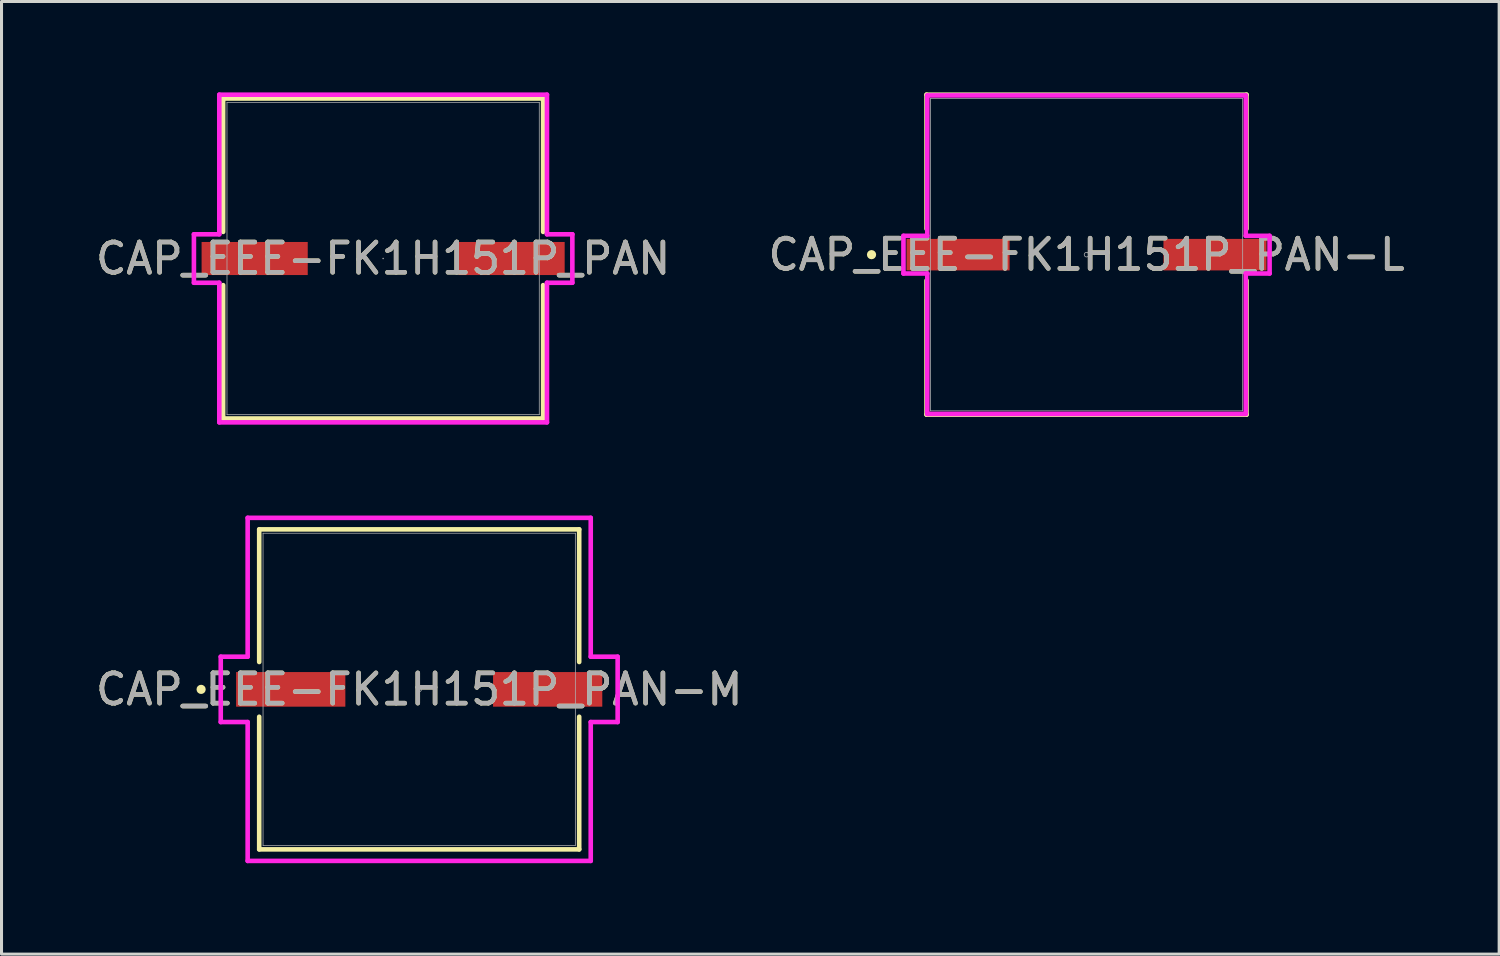
<source format=kicad_pcb>
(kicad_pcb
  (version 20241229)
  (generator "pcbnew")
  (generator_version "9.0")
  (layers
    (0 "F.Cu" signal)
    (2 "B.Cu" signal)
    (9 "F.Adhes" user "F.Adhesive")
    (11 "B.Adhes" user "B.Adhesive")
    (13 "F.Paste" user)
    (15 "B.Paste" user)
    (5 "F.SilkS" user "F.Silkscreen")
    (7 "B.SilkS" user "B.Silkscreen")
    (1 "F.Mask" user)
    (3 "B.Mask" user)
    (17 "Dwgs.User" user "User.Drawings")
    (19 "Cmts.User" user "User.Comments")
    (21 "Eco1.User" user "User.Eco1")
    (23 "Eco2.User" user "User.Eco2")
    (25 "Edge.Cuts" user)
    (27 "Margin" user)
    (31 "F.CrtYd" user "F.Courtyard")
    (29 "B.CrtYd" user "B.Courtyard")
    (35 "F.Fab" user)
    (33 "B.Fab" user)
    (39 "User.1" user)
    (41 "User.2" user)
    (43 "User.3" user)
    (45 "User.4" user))
  (footprint "CAP_EEE-FK1H151P_PAN"
    (layer "F.Cu")
    (at 9.601 5.486)
    (property "Reference" "CAP_EEE-FK1H151P_PAN" (at 0 0 0) (unlocked yes) (layer "F.SilkS") (effects (font (size 1 1) (thickness 0.15))))
    (attr smd)
    (fp_line (start -5.283 -5.283) (end -5.283 -0.879) (stroke (width 0.152) (type solid)) (layer "F.SilkS"))
    (fp_line (start -5.283 0.879) (end -5.283 5.283) (stroke (width 0.152) (type solid)) (layer "F.SilkS"))
    (fp_line (start -5.283 5.283) (end 5.283 5.283) (stroke (width 0.152) (type solid)) (layer "F.SilkS"))
    (fp_line (start 5.283 -5.283) (end -5.283 -5.283) (stroke (width 0.152) (type solid)) (layer "F.SilkS"))
    (fp_line (start 5.283 -0.879) (end 5.283 -5.283) (stroke (width 0.152) (type solid)) (layer "F.SilkS"))
    (fp_line (start 5.283 5.283) (end 5.283 0.879) (stroke (width 0.152) (type solid)) (layer "F.SilkS"))
    (fp_line (start -6.248 -0.8) (end -5.41 -0.8) (stroke (width 0.152) (type solid)) (layer "F.CrtYd"))
    (fp_line (start -6.248 0.8) (end -6.248 -0.8) (stroke (width 0.152) (type solid)) (layer "F.CrtYd"))
    (fp_line (start -6.248 0.8) (end -5.41 0.8) (stroke (width 0.152) (type solid)) (layer "F.CrtYd"))
    (fp_line (start -5.41 -5.41) (end 5.41 -5.41) (stroke (width 0.152) (type solid)) (layer "F.CrtYd"))
    (fp_line (start -5.41 -0.8) (end -5.41 -5.41) (stroke (width 0.152) (type solid)) (layer "F.CrtYd"))
    (fp_line (start -5.41 5.41) (end -5.41 0.8) (stroke (width 0.152) (type solid)) (layer "F.CrtYd"))
    (fp_line (start 5.41 -5.41) (end 5.41 -0.8) (stroke (width 0.152) (type solid)) (layer "F.CrtYd"))
    (fp_line (start 5.41 0.8) (end 5.41 5.41) (stroke (width 0.152) (type solid)) (layer "F.CrtYd"))
    (fp_line (start 5.41 5.41) (end -5.41 5.41) (stroke (width 0.152) (type solid)) (layer "F.CrtYd"))
    (fp_line (start 6.248 -0.8) (end 5.41 -0.8) (stroke (width 0.152) (type solid)) (layer "F.CrtYd"))
    (fp_line (start 6.248 -0.8) (end 6.248 0.8) (stroke (width 0.152) (type solid)) (layer "F.CrtYd"))
    (fp_line (start 6.248 0.8) (end 5.41 0.8) (stroke (width 0.152) (type solid)) (layer "F.CrtYd"))
    (fp_line (start -5.156 -5.156) (end -5.156 5.156) (stroke (width 0.025) (type solid)) (layer "F.Fab"))
    (fp_line (start -5.156 5.156) (end 5.156 5.156) (stroke (width 0.025) (type solid)) (layer "F.Fab"))
    (fp_line (start 5.156 -5.156) (end -5.156 -5.156) (stroke (width 0.025) (type solid)) (layer "F.Fab"))
    (fp_line (start 5.156 5.156) (end 5.156 -5.156) (stroke (width 0.025) (type solid)) (layer "F.Fab"))
    (fp_circle (center 0 0) (end 0 0) (stroke (width 0.025) (type solid)) (fill no) (layer "F.Fab"))
    (fp_text user "${REFERENCE}" (at 0 0 0) (unlocked yes) (layer "F.Fab") (effects (font (size 1 1) (thickness 0.15))))
    (pad "1" smd rect (at -4.242 0) (size 3.505 1.092) (layers "F.Cu" "F.Mask" "F.Paste"))
    (pad "2" smd rect (at 4.242 0) (size 3.505 1.092) (layers "F.Cu" "F.Mask" "F.Paste")))
  (footprint "CAP_EEE-FK1H151P_PAN-L"
    (layer "F.Cu")
    (at 32.827 5.359)
    (property "Reference" "CAP_EEE-FK1H151P_PAN-L" (at 0 0 0) (unlocked yes) (layer "F.SilkS") (effects (font (size 1 1) (thickness 0.15))))
    (attr smd)
    (fp_line (start -5.283 -5.283) (end -5.283 -0.853) (stroke (width 0.152) (type solid)) (layer "F.SilkS"))
    (fp_line (start -5.283 0.853) (end -5.283 5.283) (stroke (width 0.152) (type solid)) (layer "F.SilkS"))
    (fp_line (start -5.283 5.283) (end 5.283 5.283) (stroke (width 0.152) (type solid)) (layer "F.SilkS"))
    (fp_line (start 5.283 -5.283) (end -5.283 -5.283) (stroke (width 0.152) (type solid)) (layer "F.SilkS"))
    (fp_line (start 5.283 -0.853) (end 5.283 -5.283) (stroke (width 0.152) (type solid)) (layer "F.SilkS"))
    (fp_line (start 5.283 5.283) (end 5.283 0.853) (stroke (width 0.152) (type solid)) (layer "F.SilkS"))
    (fp_circle (center -7.099 0) (end -7.023 0) (stroke (width 0.152) (type solid)) (fill no) (layer "F.SilkS"))
    (fp_line (start -6.045 -0.622) (end -5.258 -0.622) (stroke (width 0.152) (type solid)) (layer "F.CrtYd"))
    (fp_line (start -6.045 0.622) (end -6.045 -0.622) (stroke (width 0.152) (type solid)) (layer "F.CrtYd"))
    (fp_line (start -6.045 0.622) (end -5.258 0.622) (stroke (width 0.152) (type solid)) (layer "F.CrtYd"))
    (fp_line (start -5.258 -5.258) (end 5.258 -5.258) (stroke (width 0.152) (type solid)) (layer "F.CrtYd"))
    (fp_line (start -5.258 -0.622) (end -5.258 -5.258) (stroke (width 0.152) (type solid)) (layer "F.CrtYd"))
    (fp_line (start -5.258 5.258) (end -5.258 0.622) (stroke (width 0.152) (type solid)) (layer "F.CrtYd"))
    (fp_line (start 5.258 -5.258) (end 5.258 -0.622) (stroke (width 0.152) (type solid)) (layer "F.CrtYd"))
    (fp_line (start 5.258 0.622) (end 5.258 5.258) (stroke (width 0.152) (type solid)) (layer "F.CrtYd"))
    (fp_line (start 5.258 5.258) (end -5.258 5.258) (stroke (width 0.152) (type solid)) (layer "F.CrtYd"))
    (fp_line (start 6.045 -0.622) (end 5.258 -0.622) (stroke (width 0.152) (type solid)) (layer "F.CrtYd"))
    (fp_line (start 6.045 -0.622) (end 6.045 0.622) (stroke (width 0.152) (type solid)) (layer "F.CrtYd"))
    (fp_line (start 6.045 0.622) (end 5.258 0.622) (stroke (width 0.152) (type solid)) (layer "F.CrtYd"))
    (fp_line (start -5.156 -5.156) (end -5.156 5.156) (stroke (width 0.025) (type solid)) (layer "F.Fab"))
    (fp_line (start -5.156 5.156) (end 5.156 5.156) (stroke (width 0.025) (type solid)) (layer "F.Fab"))
    (fp_line (start 5.156 -5.156) (end -5.156 -5.156) (stroke (width 0.025) (type solid)) (layer "F.Fab"))
    (fp_line (start 5.156 5.156) (end 5.156 -5.156) (stroke (width 0.025) (type solid)) (layer "F.Fab"))
    (fp_circle (center 0 0) (end 0.076 0) (stroke (width 0.025) (type solid)) (fill no) (layer "F.Fab"))
    (fp_text user "${REFERENCE}" (at 0 0 0) (unlocked yes) (layer "F.Fab") (effects (font (size 1 1) (thickness 0.15))))
    (pad "1" smd rect (at -4.242 0) (size 3.404 1.041) (layers "F.Cu" "F.Mask" "F.Paste"))
    (pad "2" smd rect (at 4.242 0) (size 3.404 1.041) (layers "F.Cu" "F.Mask" "F.Paste")))
  (footprint "CAP_EEE-FK1H151P_PAN-M"
    (layer "F.Cu")
    (at 10.792 19.713)
    (property "Reference" "CAP_EEE-FK1H151P_PAN-M" (at 0 0 0) (unlocked yes) (layer "F.SilkS") (effects (font (size 1 1) (thickness 0.15))))
    (attr smd)
    (fp_line (start -5.283 -5.283) (end -5.283 -0.904) (stroke (width 0.152) (type solid)) (layer "F.SilkS"))
    (fp_line (start -5.283 0.904) (end -5.283 5.283) (stroke (width 0.152) (type solid)) (layer "F.SilkS"))
    (fp_line (start -5.283 5.283) (end 5.283 5.283) (stroke (width 0.152) (type solid)) (layer "F.SilkS"))
    (fp_line (start 5.283 -5.283) (end -5.283 -5.283) (stroke (width 0.152) (type solid)) (layer "F.SilkS"))
    (fp_line (start 5.283 -0.904) (end 5.283 -5.283) (stroke (width 0.152) (type solid)) (layer "F.SilkS"))
    (fp_line (start 5.283 5.283) (end 5.283 0.904) (stroke (width 0.152) (type solid)) (layer "F.SilkS"))
    (fp_circle (center -7.201 0) (end -7.125 0) (stroke (width 0.152) (type solid)) (fill no) (layer "F.SilkS"))
    (fp_line (start -6.553 -1.079) (end -5.664 -1.079) (stroke (width 0.152) (type solid)) (layer "F.CrtYd"))
    (fp_line (start -6.553 1.079) (end -6.553 -1.079) (stroke (width 0.152) (type solid)) (layer "F.CrtYd"))
    (fp_line (start -6.553 1.079) (end -5.664 1.079) (stroke (width 0.152) (type solid)) (layer "F.CrtYd"))
    (fp_line (start -5.664 -5.664) (end 5.664 -5.664) (stroke (width 0.152) (type solid)) (layer "F.CrtYd"))
    (fp_line (start -5.664 -1.079) (end -5.664 -5.664) (stroke (width 0.152) (type solid)) (layer "F.CrtYd"))
    (fp_line (start -5.664 5.664) (end -5.664 1.079) (stroke (width 0.152) (type solid)) (layer "F.CrtYd"))
    (fp_line (start 5.664 -5.664) (end 5.664 -1.079) (stroke (width 0.152) (type solid)) (layer "F.CrtYd"))
    (fp_line (start 5.664 1.079) (end 5.664 5.664) (stroke (width 0.152) (type solid)) (layer "F.CrtYd"))
    (fp_line (start 5.664 5.664) (end -5.664 5.664) (stroke (width 0.152) (type solid)) (layer "F.CrtYd"))
    (fp_line (start 6.553 -1.079) (end 5.664 -1.079) (stroke (width 0.152) (type solid)) (layer "F.CrtYd"))
    (fp_line (start 6.553 -1.079) (end 6.553 1.079) (stroke (width 0.152) (type solid)) (layer "F.CrtYd"))
    (fp_line (start 6.553 1.079) (end 5.664 1.079) (stroke (width 0.152) (type solid)) (layer "F.CrtYd"))
    (fp_line (start -5.156 -5.156) (end -5.156 5.156) (stroke (width 0.025) (type solid)) (layer "F.Fab"))
    (fp_line (start -5.156 5.156) (end 5.156 5.156) (stroke (width 0.025) (type solid)) (layer "F.Fab"))
    (fp_line (start 5.156 -5.156) (end -5.156 -5.156) (stroke (width 0.025) (type solid)) (layer "F.Fab"))
    (fp_line (start 5.156 5.156) (end 5.156 -5.156) (stroke (width 0.025) (type solid)) (layer "F.Fab"))
    (fp_circle (center 0 0) (end 0.076 0) (stroke (width 0.025) (type solid)) (fill no) (layer "F.Fab"))
    (fp_text user "${REFERENCE}" (at 0 0 0) (unlocked yes) (layer "F.Fab") (effects (font (size 1 1) (thickness 0.15))))
    (pad "1" smd rect (at -4.242 0) (size 3.607 1.143) (layers "F.Cu" "F.Mask" "F.Paste"))
    (pad "2" smd rect (at 4.242 0) (size 3.607 1.143) (layers "F.Cu" "F.Mask" "F.Paste")))
  (gr_rect
    (start -3 -3)
    (end 46.452 28.454)
    (stroke (width 0.1) (type default))
    (fill no)
    (layer "Edge.Cuts")))
</source>
